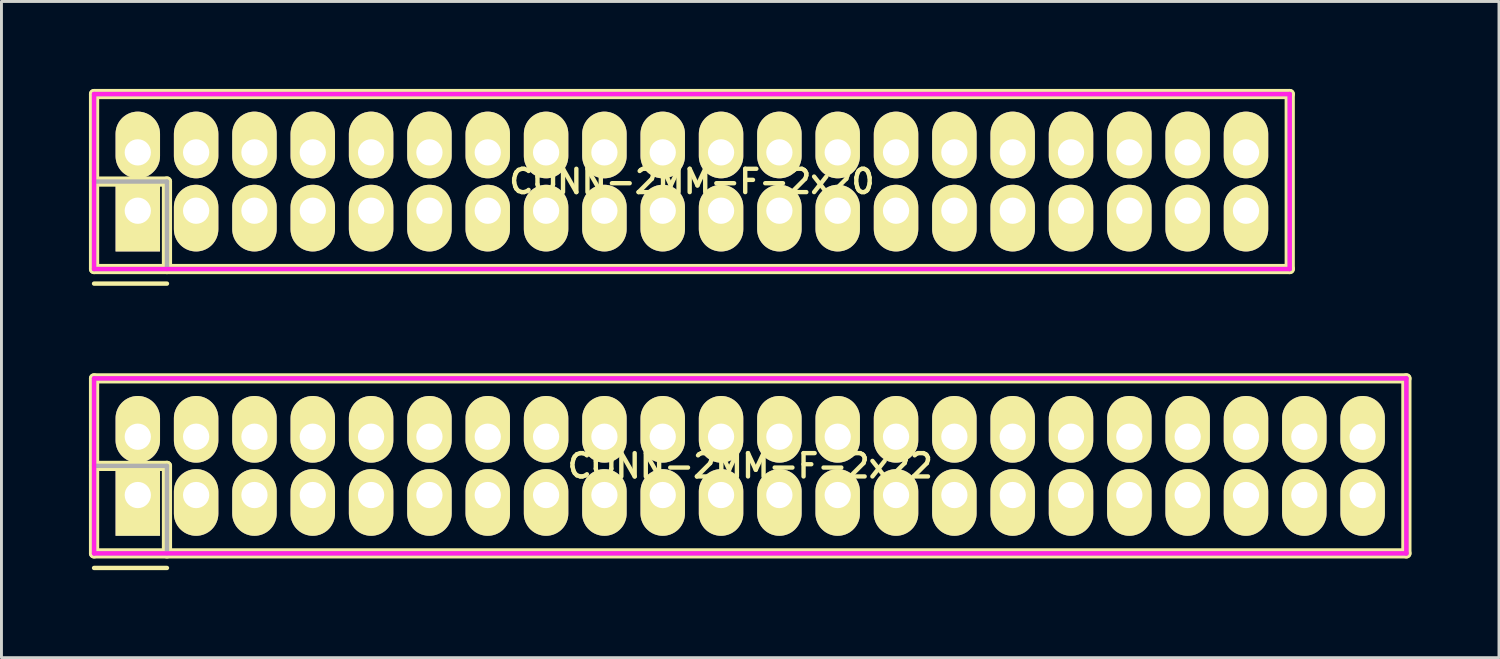
<source format=kicad_pcb>
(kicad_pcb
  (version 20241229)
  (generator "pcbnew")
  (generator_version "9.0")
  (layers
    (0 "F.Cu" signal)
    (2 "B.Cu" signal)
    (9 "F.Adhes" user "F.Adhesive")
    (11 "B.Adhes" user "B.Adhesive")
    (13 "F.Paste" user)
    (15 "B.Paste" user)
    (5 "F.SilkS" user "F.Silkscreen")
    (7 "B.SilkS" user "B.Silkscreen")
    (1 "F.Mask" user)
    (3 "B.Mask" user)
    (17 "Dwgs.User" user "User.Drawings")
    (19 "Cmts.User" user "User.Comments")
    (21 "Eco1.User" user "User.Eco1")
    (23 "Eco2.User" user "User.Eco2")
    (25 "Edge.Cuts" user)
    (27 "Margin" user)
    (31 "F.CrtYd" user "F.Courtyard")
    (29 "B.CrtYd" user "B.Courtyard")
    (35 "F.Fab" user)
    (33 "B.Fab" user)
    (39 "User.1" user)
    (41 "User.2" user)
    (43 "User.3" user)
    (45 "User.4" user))
  (footprint "CONN-2MM-F-2x20"
    (layer "F.Cu")
    (at 20.675 3.175)
    (property "Reference" "CONN-2MM-F-2x20" (at 0 0 0) (layer "F.SilkS") (effects (font (size 0.8 0.8) (thickness 0.15))))
    (attr through_hole)
    (fp_line (start -20.5 -3) (end 20.5 -3) (stroke (width 0.35) (type solid)) (layer "F.SilkS"))
    (fp_line (start -20.5 0) (end -18 0) (stroke (width 0.35) (type solid)) (layer "F.SilkS"))
    (fp_line (start -20.5 3) (end -20.5 -3) (stroke (width 0.35) (type solid)) (layer "F.SilkS"))
    (fp_line (start -20.5 3.5) (end -18 3.5) (stroke (width 0.15) (type solid)) (layer "F.SilkS"))
    (fp_line (start -18 0) (end -18 3) (stroke (width 0.35) (type solid)) (layer "F.SilkS"))
    (fp_line (start 20.5 -3) (end 20.5 3) (stroke (width 0.35) (type solid)) (layer "F.SilkS"))
    (fp_line (start 20.5 3) (end -20.5 3) (stroke (width 0.35) (type solid)) (layer "F.SilkS"))
    (fp_line (start -20.5 -3) (end 20.5 -3) (stroke (width 0.15) (type solid)) (layer "F.CrtYd"))
    (fp_line (start -20.5 3) (end -20.5 -3) (stroke (width 0.15) (type solid)) (layer "F.CrtYd"))
    (fp_line (start 20.5 -3) (end 20.5 3) (stroke (width 0.15) (type solid)) (layer "F.CrtYd"))
    (fp_line (start 20.5 3) (end -20.5 3) (stroke (width 0.15) (type solid)) (layer "F.CrtYd"))
    (fp_line (start -20.5 -3) (end 20.5 -3) (stroke (width 0.15) (type solid)) (layer "F.Fab"))
    (fp_line (start -20.5 0) (end -18 0) (stroke (width 0.15) (type solid)) (layer "F.Fab"))
    (fp_line (start -20.5 3) (end -20.5 -3) (stroke (width 0.15) (type solid)) (layer "F.Fab"))
    (fp_line (start -18 0) (end -18 3) (stroke (width 0.15) (type solid)) (layer "F.Fab"))
    (fp_line (start 20.5 -3) (end 20.5 3) (stroke (width 0.15) (type solid)) (layer "F.Fab"))
    (fp_line (start 20.5 3) (end -20.5 3) (stroke (width 0.15) (type solid)) (layer "F.Fab"))
    (pad "1" thru_hole rect (at -19 1) (size 1.524 2.286) (drill 0.9 (offset 0 0.254)) (layers "*.Cu" "*.Mask" "F.SilkS"))
    (pad "2" thru_hole oval (at -19 -1) (size 1.524 2.286) (drill 0.9 (offset 0 -0.254)) (layers "*.Cu" "*.Mask" "F.SilkS"))
    (pad "3" thru_hole oval (at -17 1) (size 1.524 2.286) (drill 0.9 (offset 0 0.254)) (layers "*.Cu" "*.Mask" "F.SilkS"))
    (pad "4" thru_hole oval (at -17 -1) (size 1.524 2.286) (drill 0.9 (offset 0 -0.254)) (layers "*.Cu" "*.Mask" "F.SilkS"))
    (pad "5" thru_hole oval (at -15 1) (size 1.524 2.286) (drill 0.9 (offset 0 0.254)) (layers "*.Cu" "*.Mask" "F.SilkS"))
    (pad "6" thru_hole oval (at -15 -1) (size 1.524 2.286) (drill 0.9 (offset 0 -0.254)) (layers "*.Cu" "*.Mask" "F.SilkS"))
    (pad "7" thru_hole oval (at -13 1) (size 1.524 2.286) (drill 0.9 (offset 0 0.254)) (layers "*.Cu" "*.Mask" "F.SilkS"))
    (pad "8" thru_hole oval (at -13 -1) (size 1.524 2.286) (drill 0.9 (offset 0 -0.254)) (layers "*.Cu" "*.Mask" "F.SilkS"))
    (pad "9" thru_hole oval (at -11 1) (size 1.524 2.286) (drill 0.9 (offset 0 0.254)) (layers "*.Cu" "*.Mask" "F.SilkS"))
    (pad "10" thru_hole oval (at -11 -1) (size 1.524 2.286) (drill 0.9 (offset 0 -0.254)) (layers "*.Cu" "*.Mask" "F.SilkS"))
    (pad "11" thru_hole oval (at -9 1) (size 1.524 2.286) (drill 0.9 (offset 0 0.254)) (layers "*.Cu" "*.Mask" "F.SilkS"))
    (pad "12" thru_hole oval (at -9 -1) (size 1.524 2.286) (drill 0.9 (offset 0 -0.254)) (layers "*.Cu" "*.Mask" "F.SilkS"))
    (pad "13" thru_hole oval (at -7 1) (size 1.524 2.286) (drill 0.9 (offset 0 0.254)) (layers "*.Cu" "*.Mask" "F.SilkS"))
    (pad "14" thru_hole oval (at -7 -1) (size 1.524 2.286) (drill 0.9 (offset 0 -0.254)) (layers "*.Cu" "*.Mask" "F.SilkS"))
    (pad "15" thru_hole oval (at -5 1) (size 1.524 2.286) (drill 0.9 (offset 0 0.254)) (layers "*.Cu" "*.Mask" "F.SilkS"))
    (pad "16" thru_hole oval (at -5 -1) (size 1.524 2.286) (drill 0.9 (offset 0 -0.254)) (layers "*.Cu" "*.Mask" "F.SilkS"))
    (pad "17" thru_hole oval (at -3 1) (size 1.524 2.286) (drill 0.9 (offset 0 0.254)) (layers "*.Cu" "*.Mask" "F.SilkS"))
    (pad "18" thru_hole oval (at -3 -1) (size 1.524 2.286) (drill 0.9 (offset 0 -0.254)) (layers "*.Cu" "*.Mask" "F.SilkS"))
    (pad "19" thru_hole oval (at -1 1) (size 1.524 2.286) (drill 0.9 (offset 0 0.254)) (layers "*.Cu" "*.Mask" "F.SilkS"))
    (pad "20" thru_hole oval (at -1 -1) (size 1.524 2.286) (drill 0.9 (offset 0 -0.254)) (layers "*.Cu" "*.Mask" "F.SilkS"))
    (pad "21" thru_hole oval (at 1 1) (size 1.524 2.286) (drill 0.9 (offset 0 0.254)) (layers "*.Cu" "*.Mask" "F.SilkS"))
    (pad "22" thru_hole oval (at 1 -1) (size 1.524 2.286) (drill 0.9 (offset 0 -0.254)) (layers "*.Cu" "*.Mask" "F.SilkS"))
    (pad "23" thru_hole oval (at 3 1) (size 1.524 2.286) (drill 0.9 (offset 0 0.254)) (layers "*.Cu" "*.Mask" "F.SilkS"))
    (pad "24" thru_hole oval (at 3 -1) (size 1.524 2.286) (drill 0.9 (offset 0 -0.254)) (layers "*.Cu" "*.Mask" "F.SilkS"))
    (pad "25" thru_hole oval (at 5 1) (size 1.524 2.286) (drill 0.9 (offset 0 0.254)) (layers "*.Cu" "*.Mask" "F.SilkS"))
    (pad "26" thru_hole oval (at 5 -1) (size 1.524 2.286) (drill 0.9 (offset 0 -0.254)) (layers "*.Cu" "*.Mask" "F.SilkS"))
    (pad "27" thru_hole oval (at 7 1) (size 1.524 2.286) (drill 0.9 (offset 0 0.254)) (layers "*.Cu" "*.Mask" "F.SilkS"))
    (pad "28" thru_hole oval (at 7 -1) (size 1.524 2.286) (drill 0.9 (offset 0 -0.254)) (layers "*.Cu" "*.Mask" "F.SilkS"))
    (pad "29" thru_hole oval (at 9 1) (size 1.524 2.286) (drill 0.9 (offset 0 0.254)) (layers "*.Cu" "*.Mask" "F.SilkS"))
    (pad "30" thru_hole oval (at 9 -1) (size 1.524 2.286) (drill 0.9 (offset 0 -0.254)) (layers "*.Cu" "*.Mask" "F.SilkS"))
    (pad "31" thru_hole oval (at 11 1) (size 1.524 2.286) (drill 0.9 (offset 0 0.254)) (layers "*.Cu" "*.Mask" "F.SilkS"))
    (pad "32" thru_hole oval (at 11 -1) (size 1.524 2.286) (drill 0.9 (offset 0 -0.254)) (layers "*.Cu" "*.Mask" "F.SilkS"))
    (pad "33" thru_hole oval (at 13 1) (size 1.524 2.286) (drill 0.9 (offset 0 0.254)) (layers "*.Cu" "*.Mask" "F.SilkS"))
    (pad "34" thru_hole oval (at 13 -1) (size 1.524 2.286) (drill 0.9 (offset 0 -0.254)) (layers "*.Cu" "*.Mask" "F.SilkS"))
    (pad "35" thru_hole oval (at 15 1) (size 1.524 2.286) (drill 0.9 (offset 0 0.254)) (layers "*.Cu" "*.Mask" "F.SilkS"))
    (pad "36" thru_hole oval (at 15 -1) (size 1.524 2.286) (drill 0.9 (offset 0 -0.254)) (layers "*.Cu" "*.Mask" "F.SilkS"))
    (pad "37" thru_hole oval (at 17 1) (size 1.524 2.286) (drill 0.9 (offset 0 0.254)) (layers "*.Cu" "*.Mask" "F.SilkS"))
    (pad "38" thru_hole oval (at 17 -1) (size 1.524 2.286) (drill 0.9 (offset 0 -0.254)) (layers "*.Cu" "*.Mask" "F.SilkS"))
    (pad "39" thru_hole oval (at 19 1) (size 1.524 2.286) (drill 0.9 (offset 0 0.254)) (layers "*.Cu" "*.Mask" "F.SilkS"))
    (pad "40" thru_hole oval (at 19 -1) (size 1.524 2.286) (drill 0.9 (offset 0 -0.254)) (layers "*.Cu" "*.Mask" "F.SilkS")))
  (footprint "CONN-2MM-F-2x22"
    (layer "F.Cu")
    (at 22.675 12.925)
    (property "Reference" "CONN-2MM-F-2x22" (at 0 0 0) (layer "F.SilkS") (effects (font (size 0.8 0.8) (thickness 0.15))))
    (attr through_hole)
    (fp_line (start -22.5 -3) (end 22.5 -3) (stroke (width 0.35) (type solid)) (layer "F.SilkS"))
    (fp_line (start -22.5 0) (end -20 0) (stroke (width 0.35) (type solid)) (layer "F.SilkS"))
    (fp_line (start -22.5 3) (end -22.5 -3) (stroke (width 0.35) (type solid)) (layer "F.SilkS"))
    (fp_line (start -22.5 3.5) (end -20 3.5) (stroke (width 0.15) (type solid)) (layer "F.SilkS"))
    (fp_line (start -20 0) (end -20 3) (stroke (width 0.35) (type solid)) (layer "F.SilkS"))
    (fp_line (start 22.5 -3) (end 22.5 3) (stroke (width 0.35) (type solid)) (layer "F.SilkS"))
    (fp_line (start 22.5 3) (end -22.5 3) (stroke (width 0.35) (type solid)) (layer "F.SilkS"))
    (fp_line (start -22.5 -3) (end 22.5 -3) (stroke (width 0.15) (type solid)) (layer "F.CrtYd"))
    (fp_line (start -22.5 3) (end -22.5 -3) (stroke (width 0.15) (type solid)) (layer "F.CrtYd"))
    (fp_line (start 22.5 -3) (end 22.5 3) (stroke (width 0.15) (type solid)) (layer "F.CrtYd"))
    (fp_line (start 22.5 3) (end -22.5 3) (stroke (width 0.15) (type solid)) (layer "F.CrtYd"))
    (fp_line (start -22.5 -3) (end 22.5 -3) (stroke (width 0.15) (type solid)) (layer "F.Fab"))
    (fp_line (start -22.5 0) (end -20 0) (stroke (width 0.15) (type solid)) (layer "F.Fab"))
    (fp_line (start -22.5 3) (end -22.5 -3) (stroke (width 0.15) (type solid)) (layer "F.Fab"))
    (fp_line (start -20 0) (end -20 3) (stroke (width 0.15) (type solid)) (layer "F.Fab"))
    (fp_line (start 22.5 -3) (end 22.5 3) (stroke (width 0.15) (type solid)) (layer "F.Fab"))
    (fp_line (start 22.5 3) (end -22.5 3) (stroke (width 0.15) (type solid)) (layer "F.Fab"))
    (pad "1" thru_hole rect (at -21 1) (size 1.524 2.286) (drill 0.9 (offset 0 0.254)) (layers "*.Cu" "*.Mask" "F.SilkS"))
    (pad "2" thru_hole oval (at -21 -1) (size 1.524 2.286) (drill 0.9 (offset 0 -0.254)) (layers "*.Cu" "*.Mask" "F.SilkS"))
    (pad "3" thru_hole oval (at -19 1) (size 1.524 2.286) (drill 0.9 (offset 0 0.254)) (layers "*.Cu" "*.Mask" "F.SilkS"))
    (pad "4" thru_hole oval (at -19 -1) (size 1.524 2.286) (drill 0.9 (offset 0 -0.254)) (layers "*.Cu" "*.Mask" "F.SilkS"))
    (pad "5" thru_hole oval (at -17 1) (size 1.524 2.286) (drill 0.9 (offset 0 0.254)) (layers "*.Cu" "*.Mask" "F.SilkS"))
    (pad "6" thru_hole oval (at -17 -1) (size 1.524 2.286) (drill 0.9 (offset 0 -0.254)) (layers "*.Cu" "*.Mask" "F.SilkS"))
    (pad "7" thru_hole oval (at -15 1) (size 1.524 2.286) (drill 0.9 (offset 0 0.254)) (layers "*.Cu" "*.Mask" "F.SilkS"))
    (pad "8" thru_hole oval (at -15 -1) (size 1.524 2.286) (drill 0.9 (offset 0 -0.254)) (layers "*.Cu" "*.Mask" "F.SilkS"))
    (pad "9" thru_hole oval (at -13 1) (size 1.524 2.286) (drill 0.9 (offset 0 0.254)) (layers "*.Cu" "*.Mask" "F.SilkS"))
    (pad "10" thru_hole oval (at -13 -1) (size 1.524 2.286) (drill 0.9 (offset 0 -0.254)) (layers "*.Cu" "*.Mask" "F.SilkS"))
    (pad "11" thru_hole oval (at -11 1) (size 1.524 2.286) (drill 0.9 (offset 0 0.254)) (layers "*.Cu" "*.Mask" "F.SilkS"))
    (pad "12" thru_hole oval (at -11 -1) (size 1.524 2.286) (drill 0.9 (offset 0 -0.254)) (layers "*.Cu" "*.Mask" "F.SilkS"))
    (pad "13" thru_hole oval (at -9 1) (size 1.524 2.286) (drill 0.9 (offset 0 0.254)) (layers "*.Cu" "*.Mask" "F.SilkS"))
    (pad "14" thru_hole oval (at -9 -1) (size 1.524 2.286) (drill 0.9 (offset 0 -0.254)) (layers "*.Cu" "*.Mask" "F.SilkS"))
    (pad "15" thru_hole oval (at -7 1) (size 1.524 2.286) (drill 0.9 (offset 0 0.254)) (layers "*.Cu" "*.Mask" "F.SilkS"))
    (pad "16" thru_hole oval (at -7 -1) (size 1.524 2.286) (drill 0.9 (offset 0 -0.254)) (layers "*.Cu" "*.Mask" "F.SilkS"))
    (pad "17" thru_hole oval (at -5 1) (size 1.524 2.286) (drill 0.9 (offset 0 0.254)) (layers "*.Cu" "*.Mask" "F.SilkS"))
    (pad "18" thru_hole oval (at -5 -1) (size 1.524 2.286) (drill 0.9 (offset 0 -0.254)) (layers "*.Cu" "*.Mask" "F.SilkS"))
    (pad "19" thru_hole oval (at -3 1) (size 1.524 2.286) (drill 0.9 (offset 0 0.254)) (layers "*.Cu" "*.Mask" "F.SilkS"))
    (pad "20" thru_hole oval (at -3 -1) (size 1.524 2.286) (drill 0.9 (offset 0 -0.254)) (layers "*.Cu" "*.Mask" "F.SilkS"))
    (pad "21" thru_hole oval (at -1 1) (size 1.524 2.286) (drill 0.9 (offset 0 0.254)) (layers "*.Cu" "*.Mask" "F.SilkS"))
    (pad "22" thru_hole oval (at -1 -1) (size 1.524 2.286) (drill 0.9 (offset 0 -0.254)) (layers "*.Cu" "*.Mask" "F.SilkS"))
    (pad "23" thru_hole oval (at 1 1) (size 1.524 2.286) (drill 0.9 (offset 0 0.254)) (layers "*.Cu" "*.Mask" "F.SilkS"))
    (pad "24" thru_hole oval (at 1 -1) (size 1.524 2.286) (drill 0.9 (offset 0 -0.254)) (layers "*.Cu" "*.Mask" "F.SilkS"))
    (pad "25" thru_hole oval (at 3 1) (size 1.524 2.286) (drill 0.9 (offset 0 0.254)) (layers "*.Cu" "*.Mask" "F.SilkS"))
    (pad "26" thru_hole oval (at 3 -1) (size 1.524 2.286) (drill 0.9 (offset 0 -0.254)) (layers "*.Cu" "*.Mask" "F.SilkS"))
    (pad "27" thru_hole oval (at 5 1) (size 1.524 2.286) (drill 0.9 (offset 0 0.254)) (layers "*.Cu" "*.Mask" "F.SilkS"))
    (pad "28" thru_hole oval (at 5 -1) (size 1.524 2.286) (drill 0.9 (offset 0 -0.254)) (layers "*.Cu" "*.Mask" "F.SilkS"))
    (pad "29" thru_hole oval (at 7 1) (size 1.524 2.286) (drill 0.9 (offset 0 0.254)) (layers "*.Cu" "*.Mask" "F.SilkS"))
    (pad "30" thru_hole oval (at 7 -1) (size 1.524 2.286) (drill 0.9 (offset 0 -0.254)) (layers "*.Cu" "*.Mask" "F.SilkS"))
    (pad "31" thru_hole oval (at 9 1) (size 1.524 2.286) (drill 0.9 (offset 0 0.254)) (layers "*.Cu" "*.Mask" "F.SilkS"))
    (pad "32" thru_hole oval (at 9 -1) (size 1.524 2.286) (drill 0.9 (offset 0 -0.254)) (layers "*.Cu" "*.Mask" "F.SilkS"))
    (pad "33" thru_hole oval (at 11 1) (size 1.524 2.286) (drill 0.9 (offset 0 0.254)) (layers "*.Cu" "*.Mask" "F.SilkS"))
    (pad "34" thru_hole oval (at 11 -1) (size 1.524 2.286) (drill 0.9 (offset 0 -0.254)) (layers "*.Cu" "*.Mask" "F.SilkS"))
    (pad "35" thru_hole oval (at 13 1) (size 1.524 2.286) (drill 0.9 (offset 0 0.254)) (layers "*.Cu" "*.Mask" "F.SilkS"))
    (pad "36" thru_hole oval (at 13 -1) (size 1.524 2.286) (drill 0.9 (offset 0 -0.254)) (layers "*.Cu" "*.Mask" "F.SilkS"))
    (pad "37" thru_hole oval (at 15 1) (size 1.524 2.286) (drill 0.9 (offset 0 0.254)) (layers "*.Cu" "*.Mask" "F.SilkS"))
    (pad "38" thru_hole oval (at 15 -1) (size 1.524 2.286) (drill 0.9 (offset 0 -0.254)) (layers "*.Cu" "*.Mask" "F.SilkS"))
    (pad "39" thru_hole oval (at 17 1) (size 1.524 2.286) (drill 0.9 (offset 0 0.254)) (layers "*.Cu" "*.Mask" "F.SilkS"))
    (pad "40" thru_hole oval (at 17 -1) (size 1.524 2.286) (drill 0.9 (offset 0 -0.254)) (layers "*.Cu" "*.Mask" "F.SilkS"))
    (pad "41" thru_hole oval (at 19 1) (size 1.524 2.286) (drill 0.9 (offset 0 0.254)) (layers "*.Cu" "*.Mask" "F.SilkS"))
    (pad "42" thru_hole oval (at 19 -1) (size 1.524 2.286) (drill 0.9 (offset 0 -0.254)) (layers "*.Cu" "*.Mask" "F.SilkS"))
    (pad "43" thru_hole oval (at 21 1) (size 1.524 2.286) (drill 0.9 (offset 0 0.254)) (layers "*.Cu" "*.Mask" "F.SilkS"))
    (pad "44" thru_hole oval (at 21 -1) (size 1.524 2.286) (drill 0.9 (offset 0 -0.254)) (layers "*.Cu" "*.Mask" "F.SilkS")))
  (gr_rect
    (start -3 -3)
    (end 48.35 19.5)
    (stroke (width 0.1) (type default))
    (fill no)
    (layer "Edge.Cuts")))
</source>
